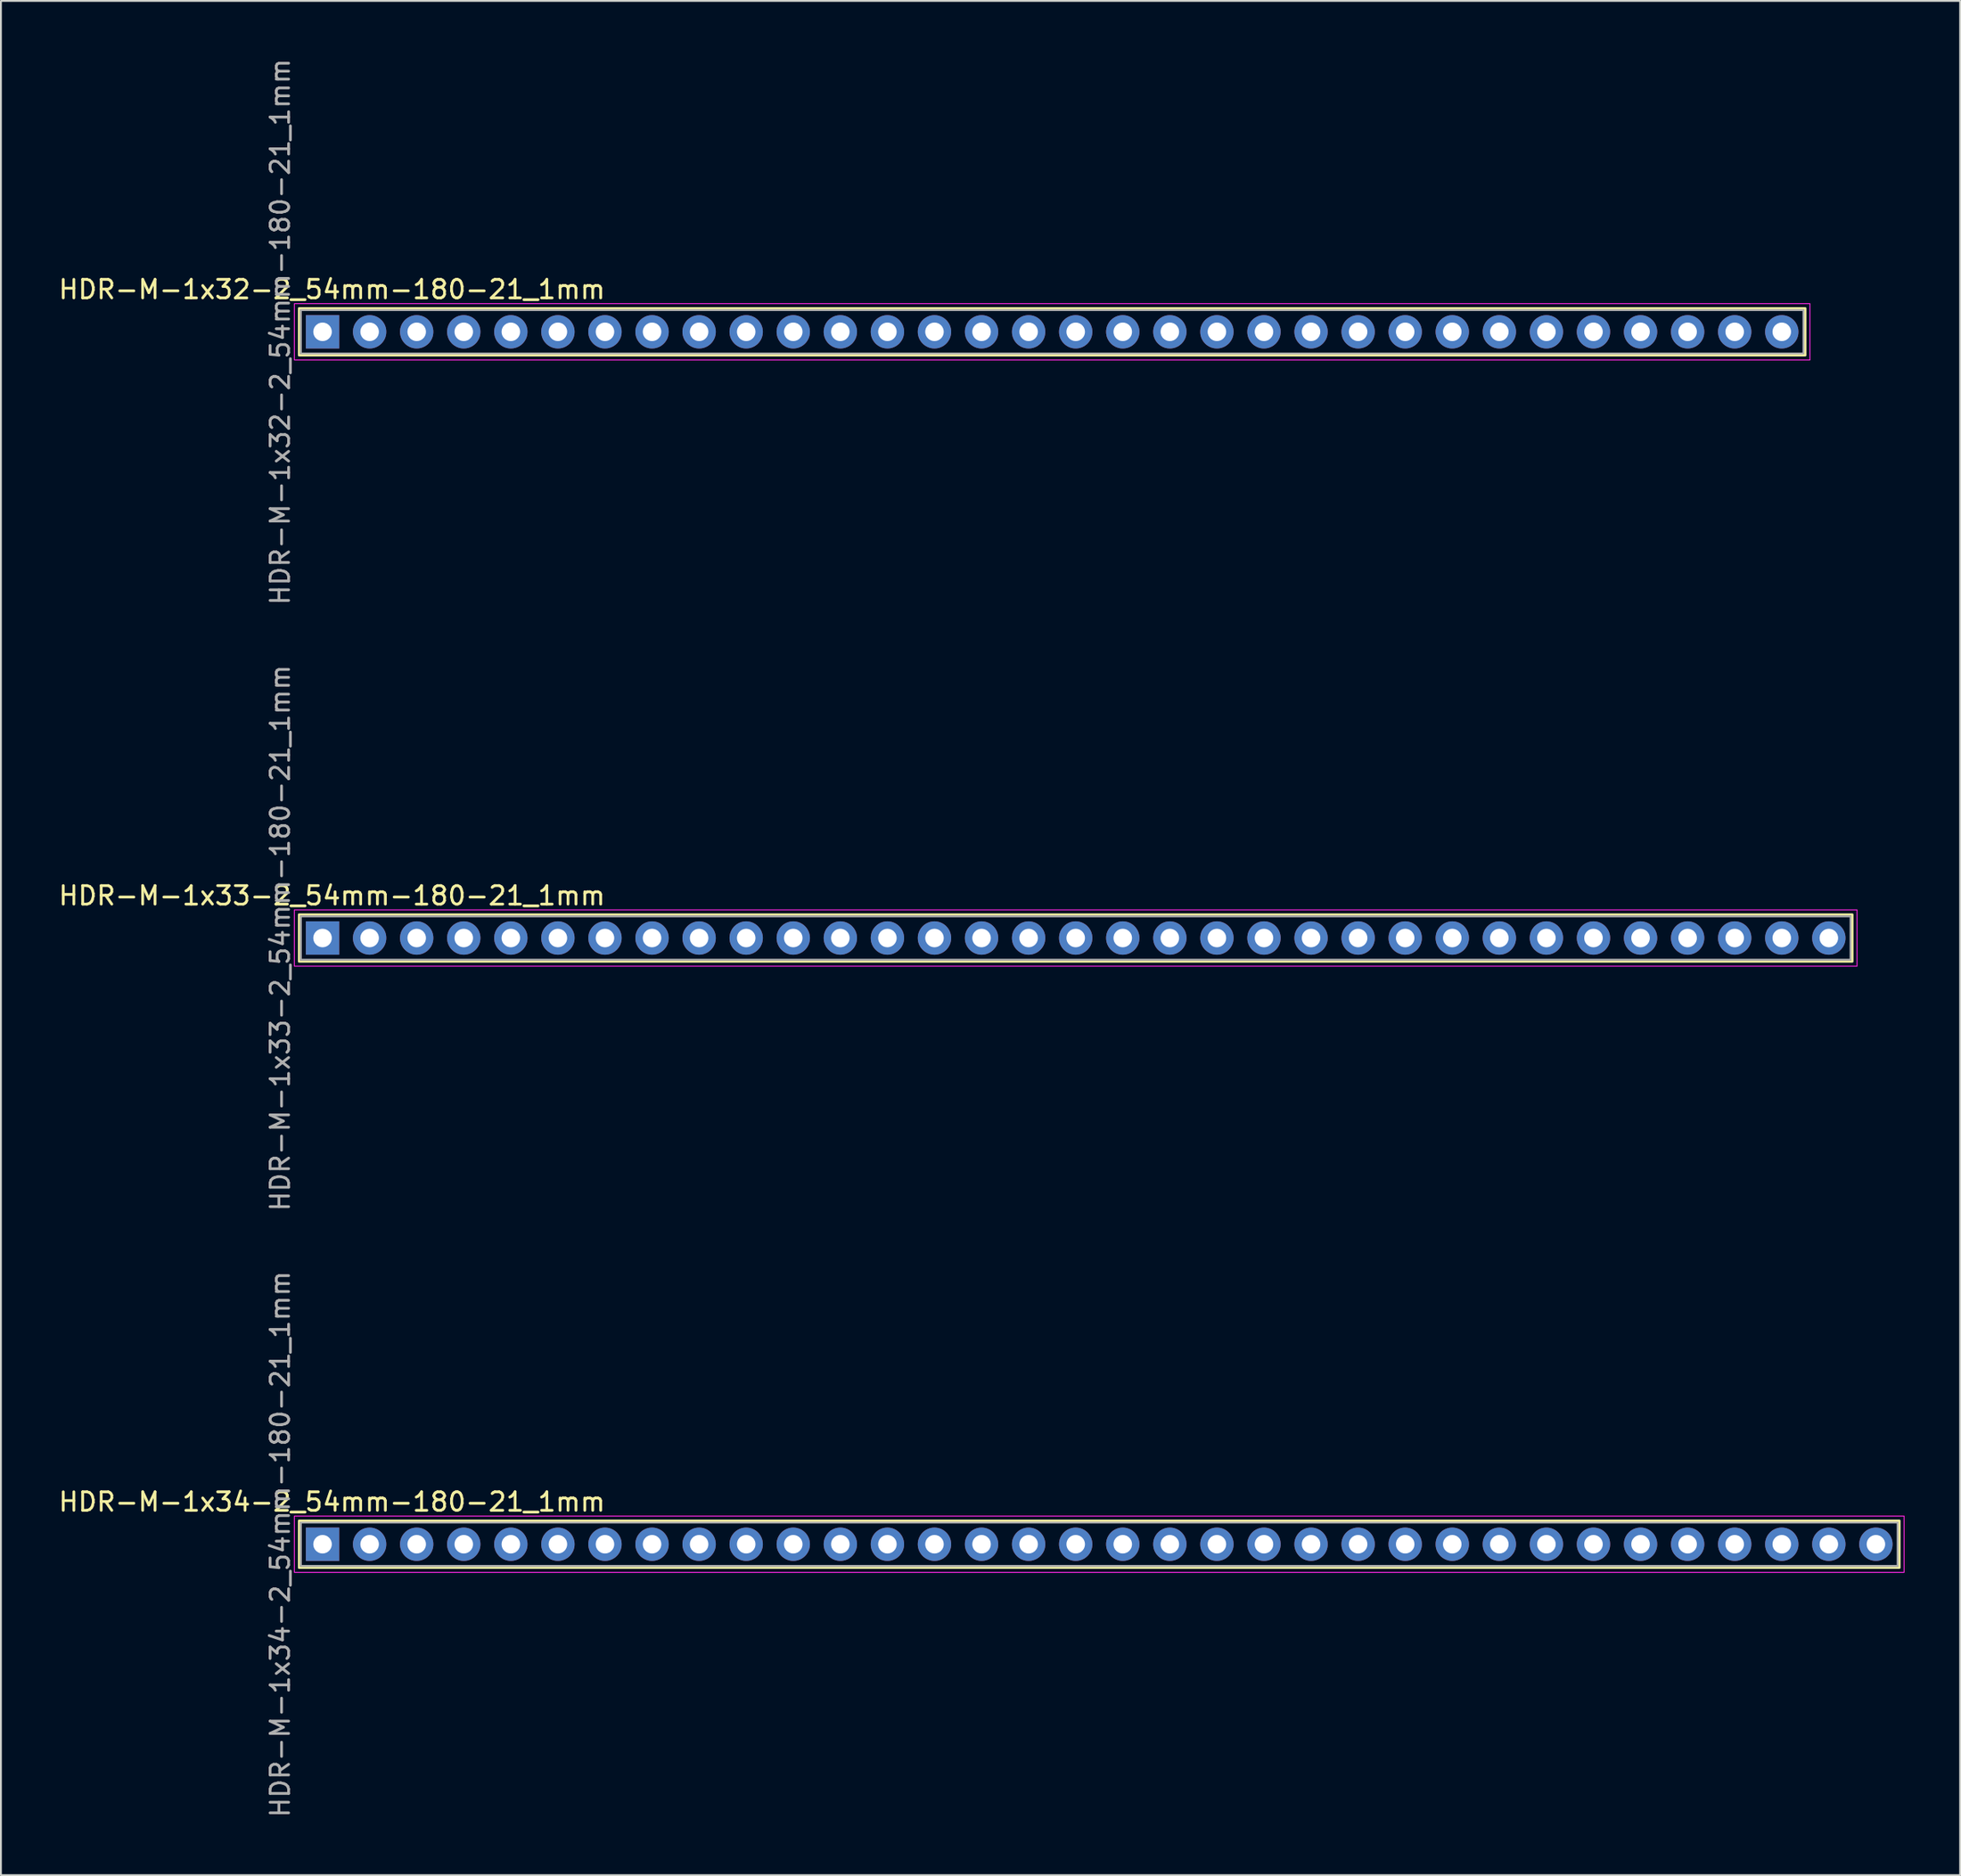
<source format=kicad_pcb>
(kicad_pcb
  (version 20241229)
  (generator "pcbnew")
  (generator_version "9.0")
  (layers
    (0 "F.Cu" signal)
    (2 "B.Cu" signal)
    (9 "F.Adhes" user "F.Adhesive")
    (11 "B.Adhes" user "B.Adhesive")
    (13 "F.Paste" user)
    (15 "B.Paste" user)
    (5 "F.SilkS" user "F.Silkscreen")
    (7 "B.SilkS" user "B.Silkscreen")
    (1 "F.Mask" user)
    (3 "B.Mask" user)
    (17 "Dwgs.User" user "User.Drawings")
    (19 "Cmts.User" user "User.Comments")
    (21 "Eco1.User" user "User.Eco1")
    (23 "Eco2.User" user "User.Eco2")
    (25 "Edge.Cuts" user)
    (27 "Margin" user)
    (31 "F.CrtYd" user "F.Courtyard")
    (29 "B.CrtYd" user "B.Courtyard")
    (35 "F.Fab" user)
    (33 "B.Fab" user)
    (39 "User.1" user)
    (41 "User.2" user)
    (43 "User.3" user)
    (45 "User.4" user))
  (footprint "HDR-M-1x33-2_54mm-180-21_1mm"
    (layer "F.Cu")
    (at 14.355 47.589)
    (property "Reference" "HDR-M-1x33-2_54mm-180-21_1mm" (at 0.508 -2.286 0) (unlocked yes) (layer "F.SilkS") (effects (font (size 1 1) (thickness 0.15))))
    (attr through_hole)
    (fp_rect (start -1.27 -1.27) (end 82.55 1.27) (stroke (width 0.12) (type solid)) (fill no) (layer "F.SilkS"))
    (fp_rect (start -1.52 -1.52) (end 82.8 1.52) (stroke (width 0.05) (type solid)) (fill no) (layer "F.CrtYd"))
    (fp_rect (start -1.17 -1.17) (end 82.45 1.17) (stroke (width 0.1) (type solid)) (fill no) (layer "F.Fab"))
    (fp_text user "${REFERENCE}" (at -2.286 0 90) (unlocked yes) (layer "F.Fab") (effects (font (size 1 1) (thickness 0.15))))
    (pad "1" thru_hole rect (at 0 0) (size 1.8 1.8) (drill 1) (layers "*.Cu" "*.Mask"))
    (pad "2" thru_hole circle (at 2.54 0) (size 1.8 1.8) (drill 1) (layers "*.Cu" "*.Mask"))
    (pad "3" thru_hole circle (at 5.08 0) (size 1.8 1.8) (drill 1) (layers "*.Cu" "*.Mask"))
    (pad "4" thru_hole circle (at 7.62 0) (size 1.8 1.8) (drill 1) (layers "*.Cu" "*.Mask"))
    (pad "5" thru_hole circle (at 10.16 0) (size 1.8 1.8) (drill 1) (layers "*.Cu" "*.Mask"))
    (pad "6" thru_hole circle (at 12.7 0) (size 1.8 1.8) (drill 1) (layers "*.Cu" "*.Mask"))
    (pad "7" thru_hole circle (at 15.24 0) (size 1.8 1.8) (drill 1) (layers "*.Cu" "*.Mask"))
    (pad "8" thru_hole circle (at 17.78 0) (size 1.8 1.8) (drill 1) (layers "*.Cu" "*.Mask"))
    (pad "9" thru_hole circle (at 20.32 0) (size 1.8 1.8) (drill 1) (layers "*.Cu" "*.Mask"))
    (pad "10" thru_hole circle (at 22.86 0) (size 1.8 1.8) (drill 1) (layers "*.Cu" "*.Mask"))
    (pad "11" thru_hole circle (at 25.4 0) (size 1.8 1.8) (drill 1) (layers "*.Cu" "*.Mask"))
    (pad "12" thru_hole circle (at 27.94 0) (size 1.8 1.8) (drill 1) (layers "*.Cu" "*.Mask"))
    (pad "13" thru_hole circle (at 30.48 0) (size 1.8 1.8) (drill 1) (layers "*.Cu" "*.Mask"))
    (pad "14" thru_hole circle (at 33.02 0) (size 1.8 1.8) (drill 1) (layers "*.Cu" "*.Mask"))
    (pad "15" thru_hole circle (at 35.56 0) (size 1.8 1.8) (drill 1) (layers "*.Cu" "*.Mask"))
    (pad "16" thru_hole circle (at 38.1 0) (size 1.8 1.8) (drill 1) (layers "*.Cu" "*.Mask"))
    (pad "17" thru_hole circle (at 40.64 0) (size 1.8 1.8) (drill 1) (layers "*.Cu" "*.Mask"))
    (pad "18" thru_hole circle (at 43.18 0) (size 1.8 1.8) (drill 1) (layers "*.Cu" "*.Mask"))
    (pad "19" thru_hole circle (at 45.72 0) (size 1.8 1.8) (drill 1) (layers "*.Cu" "*.Mask"))
    (pad "20" thru_hole circle (at 48.26 0) (size 1.8 1.8) (drill 1) (layers "*.Cu" "*.Mask"))
    (pad "21" thru_hole circle (at 50.8 0) (size 1.8 1.8) (drill 1) (layers "*.Cu" "*.Mask"))
    (pad "22" thru_hole circle (at 53.34 0) (size 1.8 1.8) (drill 1) (layers "*.Cu" "*.Mask"))
    (pad "23" thru_hole circle (at 55.88 0) (size 1.8 1.8) (drill 1) (layers "*.Cu" "*.Mask"))
    (pad "24" thru_hole circle (at 58.42 0) (size 1.8 1.8) (drill 1) (layers "*.Cu" "*.Mask"))
    (pad "25" thru_hole circle (at 60.96 0) (size 1.8 1.8) (drill 1) (layers "*.Cu" "*.Mask"))
    (pad "26" thru_hole circle (at 63.5 0) (size 1.8 1.8) (drill 1) (layers "*.Cu" "*.Mask"))
    (pad "27" thru_hole circle (at 66.04 0) (size 1.8 1.8) (drill 1) (layers "*.Cu" "*.Mask"))
    (pad "28" thru_hole circle (at 68.58 0) (size 1.8 1.8) (drill 1) (layers "*.Cu" "*.Mask"))
    (pad "29" thru_hole circle (at 71.12 0) (size 1.8 1.8) (drill 1) (layers "*.Cu" "*.Mask"))
    (pad "30" thru_hole circle (at 73.66 0) (size 1.8 1.8) (drill 1) (layers "*.Cu" "*.Mask"))
    (pad "31" thru_hole circle (at 76.2 0) (size 1.8 1.8) (drill 1) (layers "*.Cu" "*.Mask"))
    (pad "32" thru_hole circle (at 78.74 0) (size 1.8 1.8) (drill 1) (layers "*.Cu" "*.Mask"))
    (pad "33" thru_hole circle (at 81.28 0) (size 1.8 1.8) (drill 1) (layers "*.Cu" "*.Mask")))
  (footprint "HDR-M-1x32-2_54mm-180-21_1mm"
    (layer "F.Cu")
    (at 14.355 14.863)
    (property "Reference" "HDR-M-1x32-2_54mm-180-21_1mm" (at 0.508 -2.286 0) (unlocked yes) (layer "F.SilkS") (effects (font (size 1 1) (thickness 0.15))))
    (attr through_hole)
    (fp_rect (start -1.27 -1.27) (end 80.01 1.27) (stroke (width 0.12) (type solid)) (fill no) (layer "F.SilkS"))
    (fp_rect (start -1.52 -1.52) (end 80.26 1.52) (stroke (width 0.05) (type solid)) (fill no) (layer "F.CrtYd"))
    (fp_rect (start -1.17 -1.17) (end 79.91 1.17) (stroke (width 0.1) (type solid)) (fill no) (layer "F.Fab"))
    (fp_text user "${REFERENCE}" (at -2.286 0 90) (unlocked yes) (layer "F.Fab") (effects (font (size 1 1) (thickness 0.15))))
    (pad "1" thru_hole rect (at 0 0) (size 1.8 1.8) (drill 1) (layers "*.Cu" "*.Mask"))
    (pad "2" thru_hole circle (at 2.54 0) (size 1.8 1.8) (drill 1) (layers "*.Cu" "*.Mask"))
    (pad "3" thru_hole circle (at 5.08 0) (size 1.8 1.8) (drill 1) (layers "*.Cu" "*.Mask"))
    (pad "4" thru_hole circle (at 7.62 0) (size 1.8 1.8) (drill 1) (layers "*.Cu" "*.Mask"))
    (pad "5" thru_hole circle (at 10.16 0) (size 1.8 1.8) (drill 1) (layers "*.Cu" "*.Mask"))
    (pad "6" thru_hole circle (at 12.7 0) (size 1.8 1.8) (drill 1) (layers "*.Cu" "*.Mask"))
    (pad "7" thru_hole circle (at 15.24 0) (size 1.8 1.8) (drill 1) (layers "*.Cu" "*.Mask"))
    (pad "8" thru_hole circle (at 17.78 0) (size 1.8 1.8) (drill 1) (layers "*.Cu" "*.Mask"))
    (pad "9" thru_hole circle (at 20.32 0) (size 1.8 1.8) (drill 1) (layers "*.Cu" "*.Mask"))
    (pad "10" thru_hole circle (at 22.86 0) (size 1.8 1.8) (drill 1) (layers "*.Cu" "*.Mask"))
    (pad "11" thru_hole circle (at 25.4 0) (size 1.8 1.8) (drill 1) (layers "*.Cu" "*.Mask"))
    (pad "12" thru_hole circle (at 27.94 0) (size 1.8 1.8) (drill 1) (layers "*.Cu" "*.Mask"))
    (pad "13" thru_hole circle (at 30.48 0) (size 1.8 1.8) (drill 1) (layers "*.Cu" "*.Mask"))
    (pad "14" thru_hole circle (at 33.02 0) (size 1.8 1.8) (drill 1) (layers "*.Cu" "*.Mask"))
    (pad "15" thru_hole circle (at 35.56 0) (size 1.8 1.8) (drill 1) (layers "*.Cu" "*.Mask"))
    (pad "16" thru_hole circle (at 38.1 0) (size 1.8 1.8) (drill 1) (layers "*.Cu" "*.Mask"))
    (pad "17" thru_hole circle (at 40.64 0) (size 1.8 1.8) (drill 1) (layers "*.Cu" "*.Mask"))
    (pad "18" thru_hole circle (at 43.18 0) (size 1.8 1.8) (drill 1) (layers "*.Cu" "*.Mask"))
    (pad "19" thru_hole circle (at 45.72 0) (size 1.8 1.8) (drill 1) (layers "*.Cu" "*.Mask"))
    (pad "20" thru_hole circle (at 48.26 0) (size 1.8 1.8) (drill 1) (layers "*.Cu" "*.Mask"))
    (pad "21" thru_hole circle (at 50.8 0) (size 1.8 1.8) (drill 1) (layers "*.Cu" "*.Mask"))
    (pad "22" thru_hole circle (at 53.34 0) (size 1.8 1.8) (drill 1) (layers "*.Cu" "*.Mask"))
    (pad "23" thru_hole circle (at 55.88 0) (size 1.8 1.8) (drill 1) (layers "*.Cu" "*.Mask"))
    (pad "24" thru_hole circle (at 58.42 0) (size 1.8 1.8) (drill 1) (layers "*.Cu" "*.Mask"))
    (pad "25" thru_hole circle (at 60.96 0) (size 1.8 1.8) (drill 1) (layers "*.Cu" "*.Mask"))
    (pad "26" thru_hole circle (at 63.5 0) (size 1.8 1.8) (drill 1) (layers "*.Cu" "*.Mask"))
    (pad "27" thru_hole circle (at 66.04 0) (size 1.8 1.8) (drill 1) (layers "*.Cu" "*.Mask"))
    (pad "28" thru_hole circle (at 68.58 0) (size 1.8 1.8) (drill 1) (layers "*.Cu" "*.Mask"))
    (pad "29" thru_hole circle (at 71.12 0) (size 1.8 1.8) (drill 1) (layers "*.Cu" "*.Mask"))
    (pad "30" thru_hole circle (at 73.66 0) (size 1.8 1.8) (drill 1) (layers "*.Cu" "*.Mask"))
    (pad "31" thru_hole circle (at 76.2 0) (size 1.8 1.8) (drill 1) (layers "*.Cu" "*.Mask"))
    (pad "32" thru_hole circle (at 78.74 0) (size 1.8 1.8) (drill 1) (layers "*.Cu" "*.Mask")))
  (footprint "HDR-M-1x34-2_54mm-180-21_1mm"
    (layer "F.Cu")
    (at 14.355 80.315)
    (property "Reference" "HDR-M-1x34-2_54mm-180-21_1mm" (at 0.508 -2.286 0) (unlocked yes) (layer "F.SilkS") (effects (font (size 1 1) (thickness 0.15))))
    (attr through_hole)
    (fp_rect (start -1.27 -1.27) (end 85.09 1.27) (stroke (width 0.12) (type solid)) (fill no) (layer "F.SilkS"))
    (fp_rect (start -1.52 -1.52) (end 85.34 1.52) (stroke (width 0.05) (type solid)) (fill no) (layer "F.CrtYd"))
    (fp_rect (start -1.17 -1.17) (end 84.99 1.17) (stroke (width 0.1) (type solid)) (fill no) (layer "F.Fab"))
    (fp_text user "${REFERENCE}" (at -2.286 0 90) (unlocked yes) (layer "F.Fab") (effects (font (size 1 1) (thickness 0.15))))
    (pad "1" thru_hole rect (at 0 0) (size 1.8 1.8) (drill 1) (layers "*.Cu" "*.Mask"))
    (pad "2" thru_hole circle (at 2.54 0) (size 1.8 1.8) (drill 1) (layers "*.Cu" "*.Mask"))
    (pad "3" thru_hole circle (at 5.08 0) (size 1.8 1.8) (drill 1) (layers "*.Cu" "*.Mask"))
    (pad "4" thru_hole circle (at 7.62 0) (size 1.8 1.8) (drill 1) (layers "*.Cu" "*.Mask"))
    (pad "5" thru_hole circle (at 10.16 0) (size 1.8 1.8) (drill 1) (layers "*.Cu" "*.Mask"))
    (pad "6" thru_hole circle (at 12.7 0) (size 1.8 1.8) (drill 1) (layers "*.Cu" "*.Mask"))
    (pad "7" thru_hole circle (at 15.24 0) (size 1.8 1.8) (drill 1) (layers "*.Cu" "*.Mask"))
    (pad "8" thru_hole circle (at 17.78 0) (size 1.8 1.8) (drill 1) (layers "*.Cu" "*.Mask"))
    (pad "9" thru_hole circle (at 20.32 0) (size 1.8 1.8) (drill 1) (layers "*.Cu" "*.Mask"))
    (pad "10" thru_hole circle (at 22.86 0) (size 1.8 1.8) (drill 1) (layers "*.Cu" "*.Mask"))
    (pad "11" thru_hole circle (at 25.4 0) (size 1.8 1.8) (drill 1) (layers "*.Cu" "*.Mask"))
    (pad "12" thru_hole circle (at 27.94 0) (size 1.8 1.8) (drill 1) (layers "*.Cu" "*.Mask"))
    (pad "13" thru_hole circle (at 30.48 0) (size 1.8 1.8) (drill 1) (layers "*.Cu" "*.Mask"))
    (pad "14" thru_hole circle (at 33.02 0) (size 1.8 1.8) (drill 1) (layers "*.Cu" "*.Mask"))
    (pad "15" thru_hole circle (at 35.56 0) (size 1.8 1.8) (drill 1) (layers "*.Cu" "*.Mask"))
    (pad "16" thru_hole circle (at 38.1 0) (size 1.8 1.8) (drill 1) (layers "*.Cu" "*.Mask"))
    (pad "17" thru_hole circle (at 40.64 0) (size 1.8 1.8) (drill 1) (layers "*.Cu" "*.Mask"))
    (pad "18" thru_hole circle (at 43.18 0) (size 1.8 1.8) (drill 1) (layers "*.Cu" "*.Mask"))
    (pad "19" thru_hole circle (at 45.72 0) (size 1.8 1.8) (drill 1) (layers "*.Cu" "*.Mask"))
    (pad "20" thru_hole circle (at 48.26 0) (size 1.8 1.8) (drill 1) (layers "*.Cu" "*.Mask"))
    (pad "21" thru_hole circle (at 50.8 0) (size 1.8 1.8) (drill 1) (layers "*.Cu" "*.Mask"))
    (pad "22" thru_hole circle (at 53.34 0) (size 1.8 1.8) (drill 1) (layers "*.Cu" "*.Mask"))
    (pad "23" thru_hole circle (at 55.88 0) (size 1.8 1.8) (drill 1) (layers "*.Cu" "*.Mask"))
    (pad "24" thru_hole circle (at 58.42 0) (size 1.8 1.8) (drill 1) (layers "*.Cu" "*.Mask"))
    (pad "25" thru_hole circle (at 60.96 0) (size 1.8 1.8) (drill 1) (layers "*.Cu" "*.Mask"))
    (pad "26" thru_hole circle (at 63.5 0) (size 1.8 1.8) (drill 1) (layers "*.Cu" "*.Mask"))
    (pad "27" thru_hole circle (at 66.04 0) (size 1.8 1.8) (drill 1) (layers "*.Cu" "*.Mask"))
    (pad "28" thru_hole circle (at 68.58 0) (size 1.8 1.8) (drill 1) (layers "*.Cu" "*.Mask"))
    (pad "29" thru_hole circle (at 71.12 0) (size 1.8 1.8) (drill 1) (layers "*.Cu" "*.Mask"))
    (pad "30" thru_hole circle (at 73.66 0) (size 1.8 1.8) (drill 1) (layers "*.Cu" "*.Mask"))
    (pad "31" thru_hole circle (at 76.2 0) (size 1.8 1.8) (drill 1) (layers "*.Cu" "*.Mask"))
    (pad "32" thru_hole circle (at 78.74 0) (size 1.8 1.8) (drill 1) (layers "*.Cu" "*.Mask"))
    (pad "33" thru_hole circle (at 81.28 0) (size 1.8 1.8) (drill 1) (layers "*.Cu" "*.Mask"))
    (pad "34" thru_hole circle (at 83.82 0) (size 1.8 1.8) (drill 1) (layers "*.Cu" "*.Mask")))
  (gr_rect
    (start -3 -3)
    (end 102.72 98.179)
    (stroke (width 0.1) (type default))
    (fill no)
    (layer "Edge.Cuts")))
</source>
